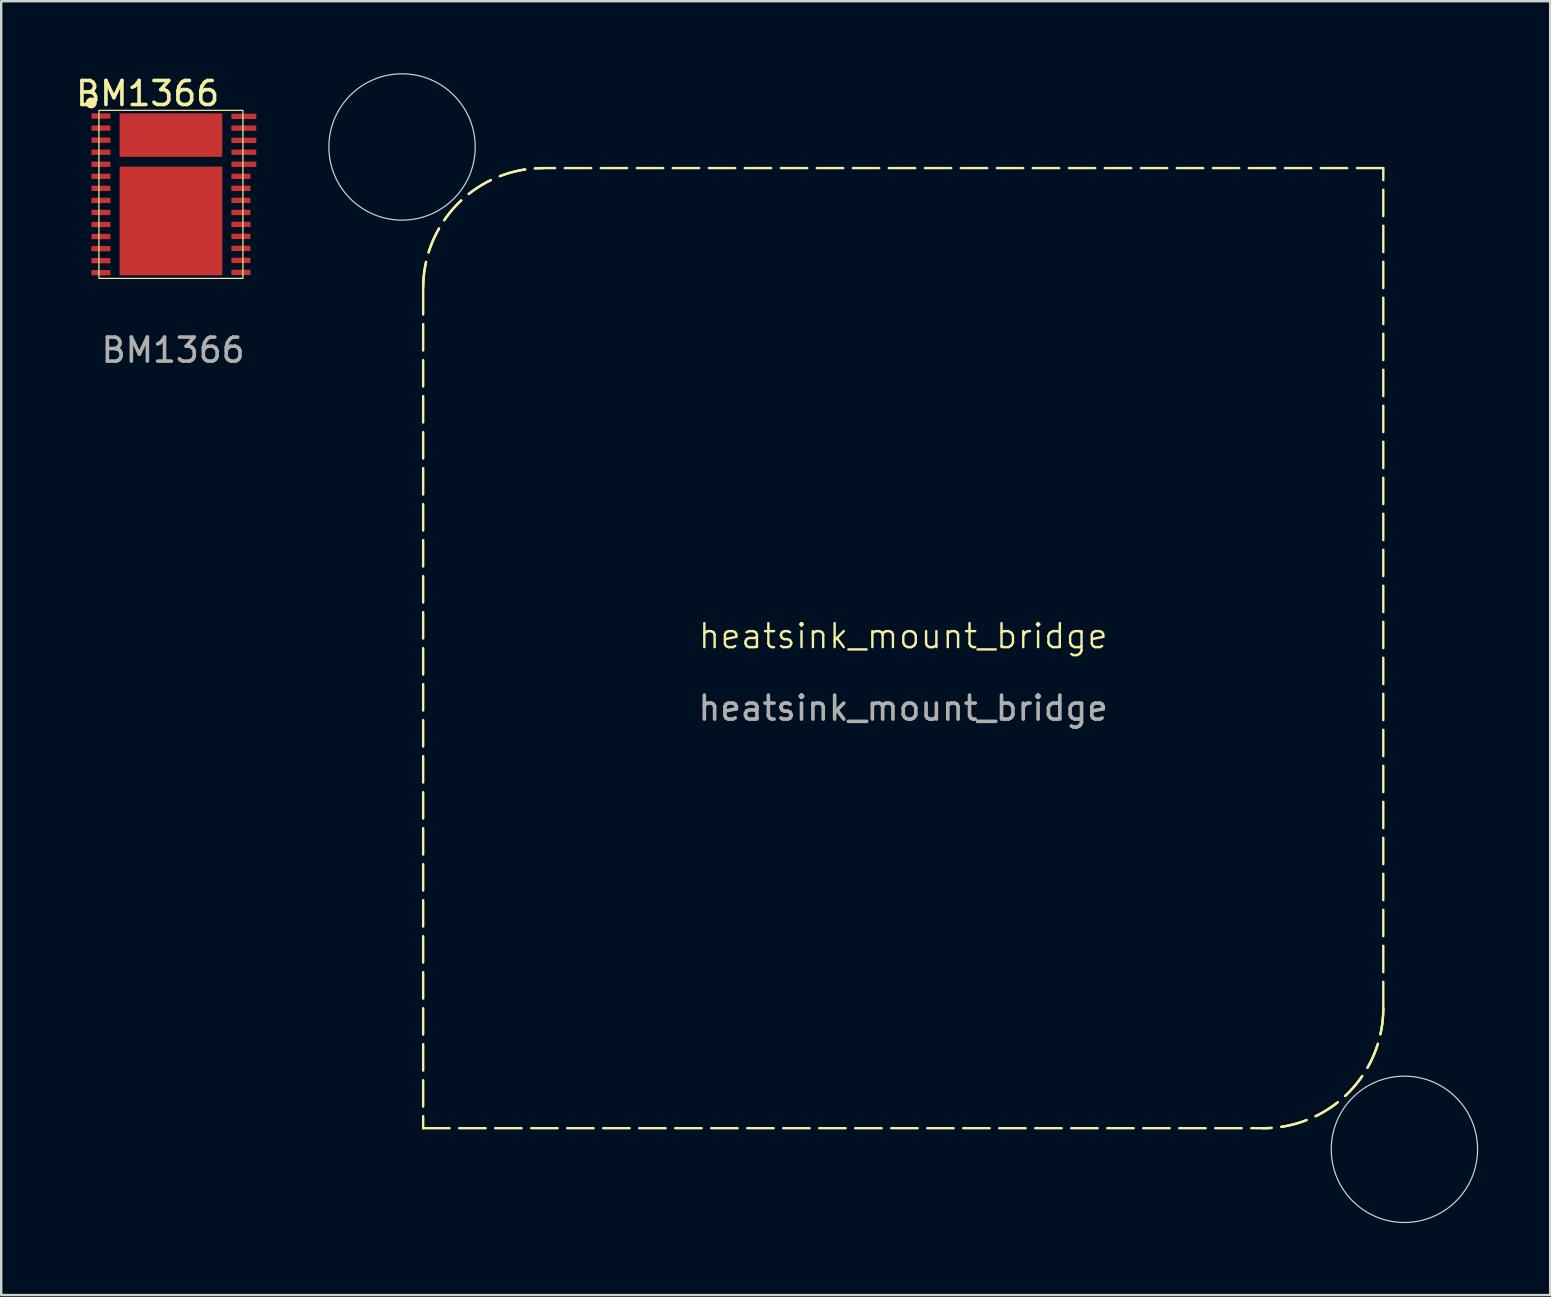
<source format=kicad_pcb>
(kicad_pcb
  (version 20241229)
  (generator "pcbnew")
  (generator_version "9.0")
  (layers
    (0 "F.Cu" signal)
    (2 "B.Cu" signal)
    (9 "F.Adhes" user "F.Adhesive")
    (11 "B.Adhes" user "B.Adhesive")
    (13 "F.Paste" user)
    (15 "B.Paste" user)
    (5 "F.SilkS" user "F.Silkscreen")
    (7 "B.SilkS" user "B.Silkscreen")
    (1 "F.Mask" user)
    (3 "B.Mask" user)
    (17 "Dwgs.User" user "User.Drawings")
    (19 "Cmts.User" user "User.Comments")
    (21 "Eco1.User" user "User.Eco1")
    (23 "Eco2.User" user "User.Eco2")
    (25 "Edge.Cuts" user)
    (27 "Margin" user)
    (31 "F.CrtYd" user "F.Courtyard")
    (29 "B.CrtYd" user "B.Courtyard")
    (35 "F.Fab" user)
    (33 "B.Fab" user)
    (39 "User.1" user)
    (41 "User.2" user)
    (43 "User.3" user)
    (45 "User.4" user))
  (footprint "BM1366"
    (layer "F.Cu")
    (at 4.071 5.048)
    (property "Reference" "BM1366" (at -0.97 -4.2 0) (unlocked yes) (layer "F.SilkS") (effects (font (size 1 1) (thickness 0.15))))
    (attr smd)
    (fp_rect (start -3 -3.5) (end 3 3.5) (stroke (width 0.05) (type default)) (fill no) (layer "F.SilkS"))
    (fp_circle (center -3.32 -3.81) (end -3.118 -3.81) (stroke (width 0.05) (type solid)) (fill yes) (layer "F.SilkS"))
    (fp_rect (start -1.63 -0.825) (end -0.43 -0.035) (stroke (width 0.001) (type solid)) (fill yes) (layer "F.Paste"))
    (fp_rect (start -1.63 2.205) (end -0.43 2.995) (stroke (width 0.001) (type solid)) (fill yes) (layer "F.Paste"))
    (fp_rect (start -1.61 0.765) (end -0.41 1.555) (stroke (width 0.001) (type solid)) (fill yes) (layer "F.Paste"))
    (fp_rect (start -1.58 -2.905) (end -0.38 -2.115) (stroke (width 0.001) (type solid)) (fill yes) (layer "F.Paste"))
    (fp_rect (start 0.5 -0.83) (end 1.7 -0.04) (stroke (width 0.001) (type solid)) (fill yes) (layer "F.Paste"))
    (fp_rect (start 0.5 2.2) (end 1.7 2.99) (stroke (width 0.001) (type solid)) (fill yes) (layer "F.Paste"))
    (fp_rect (start 0.52 0.76) (end 1.72 1.55) (stroke (width 0.001) (type solid)) (fill yes) (layer "F.Paste"))
    (fp_rect (start 0.55 -2.91) (end 1.75 -2.12) (stroke (width 0.001) (type solid)) (fill yes) (layer "F.Paste"))
    (fp_text user "${REFERENCE}" (at 0.09 6.49 0) (unlocked yes) (layer "F.Fab") (effects (font (size 1 1) (thickness 0.15))))
    (pad "1" smd rect (at -2.916 -3.263) (size 0.792 0.221) (layers "F.Cu" "F.Mask" "F.Paste"))
    (pad "2" smd rect (at -2.916 -2.761) (size 0.792 0.221) (layers "F.Cu" "F.Mask" "F.Paste"))
    (pad "3" smd rect (at -2.916 -2.259) (size 0.792 0.221) (layers "F.Cu" "F.Mask" "F.Paste"))
    (pad "4" smd rect (at -2.916 -1.757) (size 0.792 0.221) (layers "F.Cu" "F.Mask" "F.Paste"))
    (pad "5" smd rect (at -2.916 -1.255) (size 0.792 0.221) (layers "F.Cu" "F.Mask" "F.Paste"))
    (pad "6" smd rect (at -2.916 -0.753) (size 0.792 0.221) (layers "F.Cu" "F.Mask" "F.Paste"))
    (pad "7" smd rect (at -2.916 -0.251) (size 0.792 0.221) (layers "F.Cu" "F.Mask" "F.Paste"))
    (pad "8" smd rect (at -2.916 0.251) (size 0.792 0.221) (layers "F.Cu" "F.Mask" "F.Paste"))
    (pad "9" smd rect (at -2.916 0.753) (size 0.792 0.221) (layers "F.Cu" "F.Mask" "F.Paste"))
    (pad "10" smd rect (at -2.916 1.255) (size 0.792 0.221) (layers "F.Cu" "F.Mask" "F.Paste"))
    (pad "11" smd rect (at -2.916 1.757) (size 0.792 0.221) (layers "F.Cu" "F.Mask" "F.Paste"))
    (pad "12" smd rect (at -2.916 2.259) (size 0.792 0.221) (layers "F.Cu" "F.Mask" "F.Paste"))
    (pad "13" smd rect (at -2.916 2.761) (size 0.792 0.221) (layers "F.Cu" "F.Mask" "F.Paste"))
    (pad "14" smd rect (at -2.916 3.263) (size 0.792 0.221) (layers "F.Cu" "F.Mask" "F.Paste"))
    (pad "15" smd rect (at 2.916 3.25) (size 0.792 0.221) (layers "F.Cu" "F.Mask" "F.Paste"))
    (pad "16" smd rect (at 2.916 2.75) (size 0.792 0.221) (layers "F.Cu" "F.Mask" "F.Paste"))
    (pad "17" smd rect (at 2.916 2.25) (size 0.792 0.221) (layers "F.Cu" "F.Mask" "F.Paste"))
    (pad "18" smd rect (at 2.916 1.75) (size 0.792 0.221) (layers "F.Cu" "F.Mask" "F.Paste"))
    (pad "19" smd rect (at 2.916 1.25) (size 0.792 0.221) (layers "F.Cu" "F.Mask" "F.Paste"))
    (pad "20" smd rect (at 2.916 0.753) (size 0.792 0.221) (layers "F.Cu" "F.Mask" "F.Paste"))
    (pad "21" smd rect (at 2.916 0.25) (size 0.792 0.221) (layers "F.Cu" "F.Mask" "F.Paste"))
    (pad "22" smd rect (at 2.916 -0.251) (size 0.792 0.221) (layers "F.Cu" "F.Mask" "F.Paste"))
    (pad "23" smd rect (at 2.916 -0.753) (size 0.792 0.221) (layers "F.Cu" "F.Mask" "F.Paste"))
    (pad "24" smd rect (at 3.038 -1.255) (size 1.036 0.221) (layers "F.Cu" "F.Mask" "F.Paste"))
    (pad "25" smd rect (at 3.038 -1.757) (size 1.036 0.221) (layers "F.Cu" "F.Mask" "F.Paste"))
    (pad "26" smd rect (at 3.038 -2.25) (size 1.036 0.221) (layers "F.Cu" "F.Mask" "F.Paste"))
    (pad "27" smd rect (at 3.038 -2.761) (size 1.036 0.221) (layers "F.Cu" "F.Mask" "F.Paste"))
    (pad "28" smd rect (at 3.038 -3.25) (size 1.036 0.221) (layers "F.Cu" "F.Mask" "F.Paste"))
    (pad "29" smd rect (at 0 -2.468) (size 4.277 1.81) (layers "F.Cu" "F.Mask"))
    (pad "30" smd rect (at 0 1.108) (size 4.277 4.53) (layers "F.Cu" "F.Mask")))
  (footprint "heatsink_mount_bridge"
    (layer "F.Cu")
    (at 34.58 23.953)
    (property "Reference" "heatsink_mount_bridge" (at 0 -0.5 0) (unlocked yes) (layer "F.SilkS") (effects (font (size 1 1) (thickness 0.1))))
    (attr smd)
    (fp_line (start -20 -15) (end -20 20) (stroke (width 0.1) (type dash)) (layer "F.SilkS"))
    (fp_line (start -20 20) (end 15 20) (stroke (width 0.1) (type dash)) (layer "F.SilkS"))
    (fp_line (start 20 -20) (end -15 -20) (stroke (width 0.1) (type dash)) (layer "F.SilkS"))
    (fp_line (start 20 15) (end 20 -20) (stroke (width 0.1) (type dash)) (layer "F.SilkS"))
    (fp_arc (start -20 -15) (mid -18.535534 -18.535533) (end -15 -20) (stroke (width 0.1) (type dash)) (layer "F.SilkS"))
    (fp_arc (start 20 15) (mid 18.535534 18.535533) (end 15 20) (stroke (width 0.1) (type dash)) (layer "F.SilkS"))
    (fp_circle (center -20.88 -20.88) (end -17.832 -20.88) (stroke (width 0.05) (type default)) (fill no) (layer "Edge.Cuts"))
    (fp_circle (center 20.88 20.88) (end 23.928 20.88) (stroke (width 0.05) (type default)) (fill no) (layer "Edge.Cuts"))
    (fp_text user "${REFERENCE}" (at 0 2.5 0) (unlocked yes) (layer "F.Fab") (effects (font (size 1 1) (thickness 0.15)))))
  (gr_rect
    (start -3 -3)
    (end 61.533 50.906)
    (stroke (width 0.1) (type default))
    (fill no)
    (layer "Edge.Cuts")))
</source>
